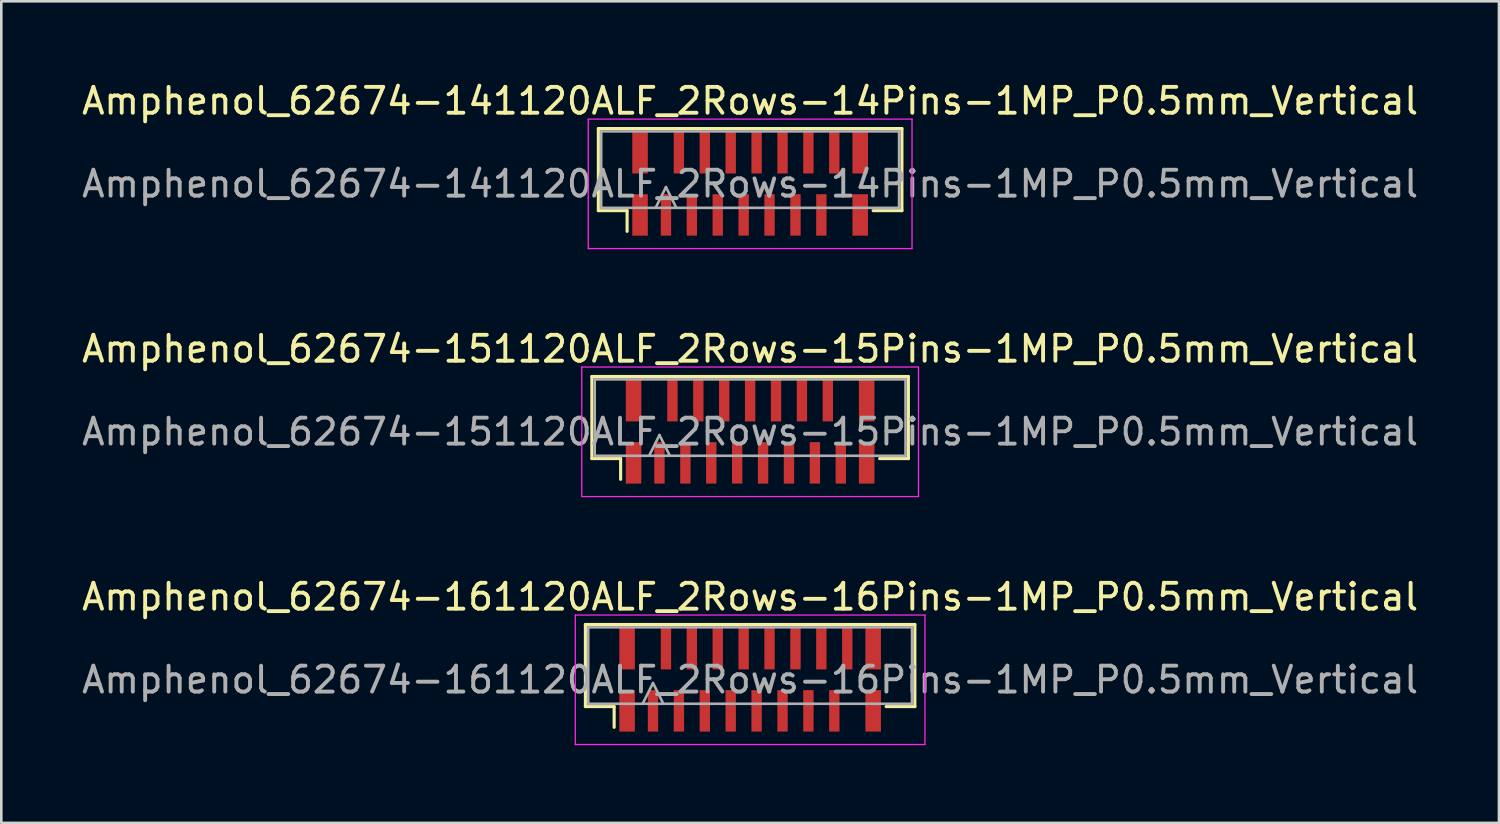
<source format=kicad_pcb>
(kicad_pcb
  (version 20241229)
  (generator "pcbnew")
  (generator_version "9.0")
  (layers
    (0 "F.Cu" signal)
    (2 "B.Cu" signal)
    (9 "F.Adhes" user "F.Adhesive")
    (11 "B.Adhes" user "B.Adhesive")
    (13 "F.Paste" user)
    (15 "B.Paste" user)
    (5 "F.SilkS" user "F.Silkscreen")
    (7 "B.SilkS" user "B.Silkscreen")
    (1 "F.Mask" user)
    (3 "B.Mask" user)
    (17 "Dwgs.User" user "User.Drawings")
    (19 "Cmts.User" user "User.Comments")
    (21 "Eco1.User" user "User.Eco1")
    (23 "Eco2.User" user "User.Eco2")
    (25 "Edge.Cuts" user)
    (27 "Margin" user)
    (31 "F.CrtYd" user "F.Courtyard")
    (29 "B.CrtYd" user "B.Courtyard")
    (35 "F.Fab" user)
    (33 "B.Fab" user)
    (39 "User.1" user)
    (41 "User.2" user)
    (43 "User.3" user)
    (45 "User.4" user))
  (footprint "Amphenol_62674-151120ALF_2Rows-15Pins-1MP_P0.5mm_Vertical"
    (layer "F.Cu")
    (at 25.911 13.621)
    (property "Reference" "Amphenol_62674-151120ALF_2Rows-15Pins-1MP_P0.5mm_Vertical" (at 0 -3.2 0) (layer "F.SilkS") (effects (font (size 1 1) (thickness 0.15))))
    (attr smd)
    (fp_line (start -6.11 -2.135) (end -6.11 1.035) (stroke (width 0.12) (type solid)) (layer "F.SilkS"))
    (fp_line (start -6.11 1.035) (end -5 1.035) (stroke (width 0.12) (type solid)) (layer "F.SilkS"))
    (fp_line (start -5 1.035) (end -5 1.835) (stroke (width 0.12) (type solid)) (layer "F.SilkS"))
    (fp_line (start 5 1.035) (end 6.11 1.035) (stroke (width 0.12) (type solid)) (layer "F.SilkS"))
    (fp_line (start 6.11 -2.135) (end -6.11 -2.135) (stroke (width 0.12) (type solid)) (layer "F.SilkS"))
    (fp_line (start 6.11 1.035) (end 6.11 -2.135) (stroke (width 0.12) (type solid)) (layer "F.SilkS"))
    (fp_line (start -6.5 -2.5) (end 6.5 -2.5) (stroke (width 0.05) (type solid)) (layer "F.CrtYd"))
    (fp_line (start -6.5 2.5) (end -6.5 -2.5) (stroke (width 0.05) (type solid)) (layer "F.CrtYd"))
    (fp_line (start 6.5 -2.5) (end 6.5 2.5) (stroke (width 0.05) (type solid)) (layer "F.CrtYd"))
    (fp_line (start 6.5 2.5) (end -6.5 2.5) (stroke (width 0.05) (type solid)) (layer "F.CrtYd"))
    (fp_line (start -6 -2.025) (end -6 0.925) (stroke (width 0.1) (type solid)) (layer "F.Fab"))
    (fp_line (start -6 0.925) (end 6 0.925) (stroke (width 0.1) (type solid)) (layer "F.Fab"))
    (fp_line (start -3.9 0.925) (end -3.5 0.125) (stroke (width 0.1) (type solid)) (layer "F.Fab"))
    (fp_line (start -3.5 0.125) (end -3.1 0.925) (stroke (width 0.1) (type solid)) (layer "F.Fab"))
    (fp_line (start 6 -2.025) (end -6 -2.025) (stroke (width 0.1) (type solid)) (layer "F.Fab"))
    (fp_line (start 6 0.925) (end 6 -2.025) (stroke (width 0.1) (type solid)) (layer "F.Fab"))
    (fp_text user "${REFERENCE}" (at 0 0 0) (layer "F.Fab") (effects (font (size 1 1) (thickness 0.15))))
    (pad "1" smd rect (at -3.5 1.2) (size 0.4 1.6) (layers "F.Cu" "F.Mask" "F.Paste"))
    (pad "2" smd rect (at -3 -1.2) (size 0.4 1.6) (layers "F.Cu" "F.Mask" "F.Paste"))
    (pad "3" smd rect (at -2.5 1.2) (size 0.4 1.6) (layers "F.Cu" "F.Mask" "F.Paste"))
    (pad "4" smd rect (at -2 -1.2) (size 0.4 1.6) (layers "F.Cu" "F.Mask" "F.Paste"))
    (pad "5" smd rect (at -1.5 1.2) (size 0.4 1.6) (layers "F.Cu" "F.Mask" "F.Paste"))
    (pad "6" smd rect (at -1 -1.2) (size 0.4 1.6) (layers "F.Cu" "F.Mask" "F.Paste"))
    (pad "7" smd rect (at -0.5 1.2) (size 0.4 1.6) (layers "F.Cu" "F.Mask" "F.Paste"))
    (pad "8" smd rect (at 0 -1.2) (size 0.4 1.6) (layers "F.Cu" "F.Mask" "F.Paste"))
    (pad "9" smd rect (at 0.5 1.2) (size 0.4 1.6) (layers "F.Cu" "F.Mask" "F.Paste"))
    (pad "10" smd rect (at 1 -1.2) (size 0.4 1.6) (layers "F.Cu" "F.Mask" "F.Paste"))
    (pad "11" smd rect (at 1.5 1.2) (size 0.4 1.6) (layers "F.Cu" "F.Mask" "F.Paste"))
    (pad "12" smd rect (at 2 -1.2) (size 0.4 1.6) (layers "F.Cu" "F.Mask" "F.Paste"))
    (pad "13" smd rect (at 2.5 1.2) (size 0.4 1.6) (layers "F.Cu" "F.Mask" "F.Paste"))
    (pad "14" smd rect (at 3 -1.2) (size 0.4 1.6) (layers "F.Cu" "F.Mask" "F.Paste"))
    (pad "15" smd rect (at 3.5 1.2) (size 0.4 1.6) (layers "F.Cu" "F.Mask" "F.Paste"))
    (pad "MP" smd rect (at -4.5 -1.2) (size 0.6 1.6) (layers "F.Cu" "F.Mask" "F.Paste"))
    (pad "MP" smd rect (at -4.5 1.2) (size 0.6 1.6) (layers "F.Cu" "F.Mask" "F.Paste"))
    (pad "MP" smd rect (at 4.5 -1.2) (size 0.6 1.6) (layers "F.Cu" "F.Mask" "F.Paste"))
    (pad "MP" smd rect (at 4.5 1.2) (size 0.6 1.6) (layers "F.Cu" "F.Mask" "F.Paste")))
  (footprint "Amphenol_62674-141120ALF_2Rows-14Pins-1MP_P0.5mm_Vertical"
    (layer "F.Cu")
    (at 25.911 4.048)
    (property "Reference" "Amphenol_62674-141120ALF_2Rows-14Pins-1MP_P0.5mm_Vertical" (at 0 -3.2 0) (layer "F.SilkS") (effects (font (size 1 1) (thickness 0.15))))
    (attr smd)
    (fp_line (start -5.86 -2.135) (end -5.86 1.035) (stroke (width 0.12) (type solid)) (layer "F.SilkS"))
    (fp_line (start -5.86 1.035) (end -4.75 1.035) (stroke (width 0.12) (type solid)) (layer "F.SilkS"))
    (fp_line (start -4.75 1.035) (end -4.75 1.835) (stroke (width 0.12) (type solid)) (layer "F.SilkS"))
    (fp_line (start 4.75 1.035) (end 5.86 1.035) (stroke (width 0.12) (type solid)) (layer "F.SilkS"))
    (fp_line (start 5.86 -2.135) (end -5.86 -2.135) (stroke (width 0.12) (type solid)) (layer "F.SilkS"))
    (fp_line (start 5.86 1.035) (end 5.86 -2.135) (stroke (width 0.12) (type solid)) (layer "F.SilkS"))
    (fp_line (start -6.25 -2.5) (end 6.25 -2.5) (stroke (width 0.05) (type solid)) (layer "F.CrtYd"))
    (fp_line (start -6.25 2.5) (end -6.25 -2.5) (stroke (width 0.05) (type solid)) (layer "F.CrtYd"))
    (fp_line (start 6.25 -2.5) (end 6.25 2.5) (stroke (width 0.05) (type solid)) (layer "F.CrtYd"))
    (fp_line (start 6.25 2.5) (end -6.25 2.5) (stroke (width 0.05) (type solid)) (layer "F.CrtYd"))
    (fp_line (start -5.75 -2.025) (end -5.75 0.925) (stroke (width 0.1) (type solid)) (layer "F.Fab"))
    (fp_line (start -5.75 0.925) (end 5.75 0.925) (stroke (width 0.1) (type solid)) (layer "F.Fab"))
    (fp_line (start -3.65 0.925) (end -3.25 0.125) (stroke (width 0.1) (type solid)) (layer "F.Fab"))
    (fp_line (start -3.25 0.125) (end -2.85 0.925) (stroke (width 0.1) (type solid)) (layer "F.Fab"))
    (fp_line (start 5.75 -2.025) (end -5.75 -2.025) (stroke (width 0.1) (type solid)) (layer "F.Fab"))
    (fp_line (start 5.75 0.925) (end 5.75 -2.025) (stroke (width 0.1) (type solid)) (layer "F.Fab"))
    (fp_text user "${REFERENCE}" (at 0 0 0) (layer "F.Fab") (effects (font (size 1 1) (thickness 0.15))))
    (pad "1" smd rect (at -3.25 1.2) (size 0.4 1.6) (layers "F.Cu" "F.Mask" "F.Paste"))
    (pad "2" smd rect (at -2.75 -1.2) (size 0.4 1.6) (layers "F.Cu" "F.Mask" "F.Paste"))
    (pad "3" smd rect (at -2.25 1.2) (size 0.4 1.6) (layers "F.Cu" "F.Mask" "F.Paste"))
    (pad "4" smd rect (at -1.75 -1.2) (size 0.4 1.6) (layers "F.Cu" "F.Mask" "F.Paste"))
    (pad "5" smd rect (at -1.25 1.2) (size 0.4 1.6) (layers "F.Cu" "F.Mask" "F.Paste"))
    (pad "6" smd rect (at -0.75 -1.2) (size 0.4 1.6) (layers "F.Cu" "F.Mask" "F.Paste"))
    (pad "7" smd rect (at -0.25 1.2) (size 0.4 1.6) (layers "F.Cu" "F.Mask" "F.Paste"))
    (pad "8" smd rect (at 0.25 -1.2) (size 0.4 1.6) (layers "F.Cu" "F.Mask" "F.Paste"))
    (pad "9" smd rect (at 0.75 1.2) (size 0.4 1.6) (layers "F.Cu" "F.Mask" "F.Paste"))
    (pad "10" smd rect (at 1.25 -1.2) (size 0.4 1.6) (layers "F.Cu" "F.Mask" "F.Paste"))
    (pad "11" smd rect (at 1.75 1.2) (size 0.4 1.6) (layers "F.Cu" "F.Mask" "F.Paste"))
    (pad "12" smd rect (at 2.25 -1.2) (size 0.4 1.6) (layers "F.Cu" "F.Mask" "F.Paste"))
    (pad "13" smd rect (at 2.75 1.2) (size 0.4 1.6) (layers "F.Cu" "F.Mask" "F.Paste"))
    (pad "14" smd rect (at 3.25 -1.2) (size 0.4 1.6) (layers "F.Cu" "F.Mask" "F.Paste"))
    (pad "MP" smd rect (at -4.25 -1.2) (size 0.6 1.6) (layers "F.Cu" "F.Mask" "F.Paste"))
    (pad "MP" smd rect (at -4.25 1.2) (size 0.6 1.6) (layers "F.Cu" "F.Mask" "F.Paste"))
    (pad "MP" smd rect (at 4.25 -1.2) (size 0.6 1.6) (layers "F.Cu" "F.Mask" "F.Paste"))
    (pad "MP" smd rect (at 4.25 1.2) (size 0.6 1.6) (layers "F.Cu" "F.Mask" "F.Paste")))
  (footprint "Amphenol_62674-161120ALF_2Rows-16Pins-1MP_P0.5mm_Vertical"
    (layer "F.Cu")
    (at 25.911 23.195)
    (property "Reference" "Amphenol_62674-161120ALF_2Rows-16Pins-1MP_P0.5mm_Vertical" (at 0 -3.2 0) (layer "F.SilkS") (effects (font (size 1 1) (thickness 0.15))))
    (attr smd)
    (fp_line (start -6.36 -2.135) (end -6.36 1.035) (stroke (width 0.12) (type solid)) (layer "F.SilkS"))
    (fp_line (start -6.36 1.035) (end -5.25 1.035) (stroke (width 0.12) (type solid)) (layer "F.SilkS"))
    (fp_line (start -5.25 1.035) (end -5.25 1.835) (stroke (width 0.12) (type solid)) (layer "F.SilkS"))
    (fp_line (start 5.25 1.035) (end 6.36 1.035) (stroke (width 0.12) (type solid)) (layer "F.SilkS"))
    (fp_line (start 6.36 -2.135) (end -6.36 -2.135) (stroke (width 0.12) (type solid)) (layer "F.SilkS"))
    (fp_line (start 6.36 1.035) (end 6.36 -2.135) (stroke (width 0.12) (type solid)) (layer "F.SilkS"))
    (fp_line (start -6.75 -2.5) (end 6.75 -2.5) (stroke (width 0.05) (type solid)) (layer "F.CrtYd"))
    (fp_line (start -6.75 2.5) (end -6.75 -2.5) (stroke (width 0.05) (type solid)) (layer "F.CrtYd"))
    (fp_line (start 6.75 -2.5) (end 6.75 2.5) (stroke (width 0.05) (type solid)) (layer "F.CrtYd"))
    (fp_line (start 6.75 2.5) (end -6.75 2.5) (stroke (width 0.05) (type solid)) (layer "F.CrtYd"))
    (fp_line (start -6.25 -2.025) (end -6.25 0.925) (stroke (width 0.1) (type solid)) (layer "F.Fab"))
    (fp_line (start -6.25 0.925) (end 6.25 0.925) (stroke (width 0.1) (type solid)) (layer "F.Fab"))
    (fp_line (start -4.15 0.925) (end -3.75 0.125) (stroke (width 0.1) (type solid)) (layer "F.Fab"))
    (fp_line (start -3.75 0.125) (end -3.35 0.925) (stroke (width 0.1) (type solid)) (layer "F.Fab"))
    (fp_line (start 6.25 -2.025) (end -6.25 -2.025) (stroke (width 0.1) (type solid)) (layer "F.Fab"))
    (fp_line (start 6.25 0.925) (end 6.25 -2.025) (stroke (width 0.1) (type solid)) (layer "F.Fab"))
    (fp_text user "${REFERENCE}" (at 0 0 0) (layer "F.Fab") (effects (font (size 1 1) (thickness 0.15))))
    (pad "1" smd rect (at -3.75 1.2) (size 0.4 1.6) (layers "F.Cu" "F.Mask" "F.Paste"))
    (pad "2" smd rect (at -3.25 -1.2) (size 0.4 1.6) (layers "F.Cu" "F.Mask" "F.Paste"))
    (pad "3" smd rect (at -2.75 1.2) (size 0.4 1.6) (layers "F.Cu" "F.Mask" "F.Paste"))
    (pad "4" smd rect (at -2.25 -1.2) (size 0.4 1.6) (layers "F.Cu" "F.Mask" "F.Paste"))
    (pad "5" smd rect (at -1.75 1.2) (size 0.4 1.6) (layers "F.Cu" "F.Mask" "F.Paste"))
    (pad "6" smd rect (at -1.25 -1.2) (size 0.4 1.6) (layers "F.Cu" "F.Mask" "F.Paste"))
    (pad "7" smd rect (at -0.75 1.2) (size 0.4 1.6) (layers "F.Cu" "F.Mask" "F.Paste"))
    (pad "8" smd rect (at -0.25 -1.2) (size 0.4 1.6) (layers "F.Cu" "F.Mask" "F.Paste"))
    (pad "9" smd rect (at 0.25 1.2) (size 0.4 1.6) (layers "F.Cu" "F.Mask" "F.Paste"))
    (pad "10" smd rect (at 0.75 -1.2) (size 0.4 1.6) (layers "F.Cu" "F.Mask" "F.Paste"))
    (pad "11" smd rect (at 1.25 1.2) (size 0.4 1.6) (layers "F.Cu" "F.Mask" "F.Paste"))
    (pad "12" smd rect (at 1.75 -1.2) (size 0.4 1.6) (layers "F.Cu" "F.Mask" "F.Paste"))
    (pad "13" smd rect (at 2.25 1.2) (size 0.4 1.6) (layers "F.Cu" "F.Mask" "F.Paste"))
    (pad "14" smd rect (at 2.75 -1.2) (size 0.4 1.6) (layers "F.Cu" "F.Mask" "F.Paste"))
    (pad "15" smd rect (at 3.25 1.2) (size 0.4 1.6) (layers "F.Cu" "F.Mask" "F.Paste"))
    (pad "16" smd rect (at 3.75 -1.2) (size 0.4 1.6) (layers "F.Cu" "F.Mask" "F.Paste"))
    (pad "MP" smd rect (at -4.75 -1.2) (size 0.6 1.6) (layers "F.Cu" "F.Mask" "F.Paste"))
    (pad "MP" smd rect (at -4.75 1.2) (size 0.6 1.6) (layers "F.Cu" "F.Mask" "F.Paste"))
    (pad "MP" smd rect (at 4.75 -1.2) (size 0.6 1.6) (layers "F.Cu" "F.Mask" "F.Paste"))
    (pad "MP" smd rect (at 4.75 1.2) (size 0.6 1.6) (layers "F.Cu" "F.Mask" "F.Paste")))
  (gr_rect
    (start -3 -3)
    (end 54.821 28.72)
    (stroke (width 0.1) (type default))
    (fill no)
    (layer "Edge.Cuts")))
</source>
